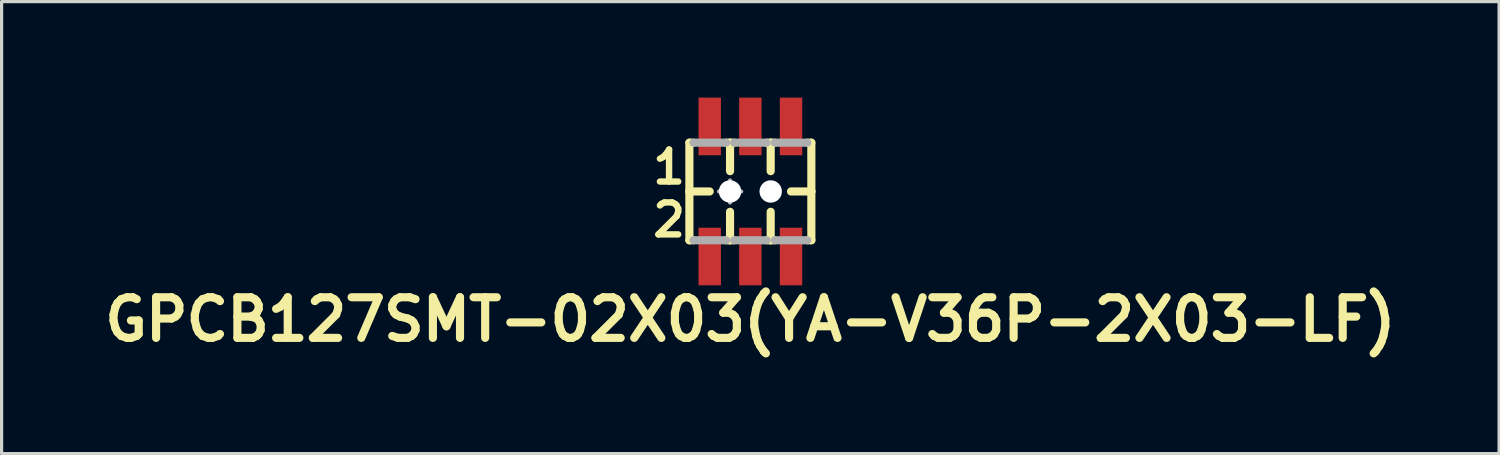
<source format=kicad_pcb>
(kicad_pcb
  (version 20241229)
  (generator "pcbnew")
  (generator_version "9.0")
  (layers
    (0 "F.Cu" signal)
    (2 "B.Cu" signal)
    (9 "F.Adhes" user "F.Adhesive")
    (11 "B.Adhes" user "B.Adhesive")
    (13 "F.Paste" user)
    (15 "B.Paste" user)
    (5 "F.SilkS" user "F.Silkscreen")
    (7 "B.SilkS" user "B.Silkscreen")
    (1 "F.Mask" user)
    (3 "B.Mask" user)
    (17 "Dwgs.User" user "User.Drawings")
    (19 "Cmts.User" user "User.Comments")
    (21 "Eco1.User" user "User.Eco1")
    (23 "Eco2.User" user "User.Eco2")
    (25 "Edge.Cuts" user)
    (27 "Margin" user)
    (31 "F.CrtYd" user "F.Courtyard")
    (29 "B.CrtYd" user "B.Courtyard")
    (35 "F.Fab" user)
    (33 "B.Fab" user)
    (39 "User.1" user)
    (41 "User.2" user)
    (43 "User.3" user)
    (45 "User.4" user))
  (footprint "GPCB127SMT-02X03(YA-V36P-2X03-LF)"
    (layer "F.Cu")
    (at 20.393 2.932)
    (property "Reference" "GPCB127SMT-02X03(YA-V36P-2X03-LF)" (at 0 4 0) (layer "F.SilkS") (effects (font (size 1.27 1.27) (thickness 0.254))))
    (attr smd)
    (fp_line (start -1.905 -1.524) (end -1.905 0) (stroke (width 0.254) (type solid)) (layer "F.SilkS"))
    (fp_line (start -1.905 0) (end -1.905 1.524) (stroke (width 0.254) (type solid)) (layer "F.SilkS"))
    (fp_line (start -1.905 0) (end -1.27 0) (stroke (width 0.254) (type solid)) (layer "F.SilkS"))
    (fp_line (start -1.905 1.524) (end -1.778 1.524) (stroke (width 0.254) (type solid)) (layer "F.SilkS"))
    (fp_line (start -1.778 -1.524) (end -1.905 -1.524) (stroke (width 0.254) (type solid)) (layer "F.SilkS"))
    (fp_line (start -0.762 -1.524) (end -0.635 -1.524) (stroke (width 0.254) (type solid)) (layer "F.SilkS"))
    (fp_line (start -0.762 1.524) (end -0.635 1.524) (stroke (width 0.254) (type solid)) (layer "F.SilkS"))
    (fp_line (start -0.635 -1.524) (end -0.508 -1.524) (stroke (width 0.254) (type solid)) (layer "F.SilkS"))
    (fp_line (start -0.635 -0.635) (end -0.635 -1.524) (stroke (width 0.254) (type solid)) (layer "F.SilkS"))
    (fp_line (start -0.635 1.524) (end -0.635 0.635) (stroke (width 0.254) (type solid)) (layer "F.SilkS"))
    (fp_line (start -0.635 1.524) (end -0.508 1.524) (stroke (width 0.254) (type solid)) (layer "F.SilkS"))
    (fp_line (start 0.508 -1.524) (end 0.635 -1.524) (stroke (width 0.254) (type solid)) (layer "F.SilkS"))
    (fp_line (start 0.508 1.524) (end 0.635 1.524) (stroke (width 0.254) (type solid)) (layer "F.SilkS"))
    (fp_line (start 0.635 -1.524) (end 0.762 -1.524) (stroke (width 0.254) (type solid)) (layer "F.SilkS"))
    (fp_line (start 0.635 -0.635) (end 0.635 -1.524) (stroke (width 0.254) (type solid)) (layer "F.SilkS"))
    (fp_line (start 0.635 1.524) (end 0.635 0.635) (stroke (width 0.254) (type solid)) (layer "F.SilkS"))
    (fp_line (start 0.635 1.524) (end 0.762 1.524) (stroke (width 0.254) (type solid)) (layer "F.SilkS"))
    (fp_line (start 1.27 0) (end 1.905 0) (stroke (width 0.254) (type solid)) (layer "F.SilkS"))
    (fp_line (start 1.778 -1.524) (end 1.905 -1.524) (stroke (width 0.254) (type solid)) (layer "F.SilkS"))
    (fp_line (start 1.778 1.524) (end 1.905 1.524) (stroke (width 0.254) (type solid)) (layer "F.SilkS"))
    (fp_line (start 1.905 0) (end 1.905 -1.524) (stroke (width 0.254) (type solid)) (layer "F.SilkS"))
    (fp_line (start 1.905 1.524) (end 1.905 0) (stroke (width 0.254) (type solid)) (layer "F.SilkS"))
    (fp_line (start -1.778 -1.524) (end -0.762 -1.524) (stroke (width 0.254) (type solid)) (layer "F.Fab"))
    (fp_line (start -1.778 1.524) (end -0.762 1.524) (stroke (width 0.254) (type solid)) (layer "F.Fab"))
    (fp_line (start -0.983 0) (end -0.284 0) (stroke (width 0.127) (type solid)) (layer "F.Fab"))
    (fp_line (start -0.635 0.348) (end -0.635 -0.348) (stroke (width 0.127) (type solid)) (layer "F.Fab"))
    (fp_line (start -0.508 -1.524) (end 0.508 -1.524) (stroke (width 0.254) (type solid)) (layer "F.Fab"))
    (fp_line (start -0.508 1.524) (end 0.508 1.524) (stroke (width 0.254) (type solid)) (layer "F.Fab"))
    (fp_line (start 0.762 -1.524) (end 1.778 -1.524) (stroke (width 0.254) (type solid)) (layer "F.Fab"))
    (fp_line (start 0.762 1.524) (end 1.778 1.524) (stroke (width 0.254) (type solid)) (layer "F.Fab"))
    (fp_circle (center -0.635 0) (end -0.808 0.173) (stroke (width 0.127) (type solid)) (fill no) (layer "F.Fab"))
    (fp_text user "2" (at -2.54 0.889 0) (layer "F.SilkS") (effects (font (size 1 1) (thickness 0.2))))
    (fp_text user "1" (at -2.54 -0.762 0) (layer "F.SilkS") (effects (font (size 1 1) (thickness 0.2))))
    (pad "" np_thru_hole circle (at -0.635 0 90) (size 0.7 0.7) (drill 0.7) (layers "*.Cu" "*.Mask"))
    (pad "" np_thru_hole circle (at 0.635 0 90) (size 0.7 0.7) (drill 0.7) (layers "*.Cu" "*.Mask"))
    (pad "1" smd rect (at -1.27 -2.032 270) (size 1.8 0.7) (layers "F.Cu" "F.Mask" "F.Paste"))
    (pad "2" smd rect (at -1.27 2.032 270) (size 1.8 0.7) (layers "F.Cu" "F.Mask" "F.Paste"))
    (pad "3" smd rect (at 0 -2.032 270) (size 1.8 0.7) (layers "F.Cu" "F.Mask" "F.Paste"))
    (pad "4" smd rect (at 0 2.032 270) (size 1.8 0.7) (layers "F.Cu" "F.Mask" "F.Paste"))
    (pad "5" smd rect (at 1.27 -2.032 270) (size 1.8 0.7) (layers "F.Cu" "F.Mask" "F.Paste"))
    (pad "6" smd rect (at 1.27 2.032 270) (size 1.8 0.7) (layers "F.Cu" "F.Mask" "F.Paste")))
  (gr_rect
    (start -3 -3)
    (end 43.785 11.121)
    (stroke (width 0.1) (type default))
    (fill no)
    (layer "Edge.Cuts")))
</source>
